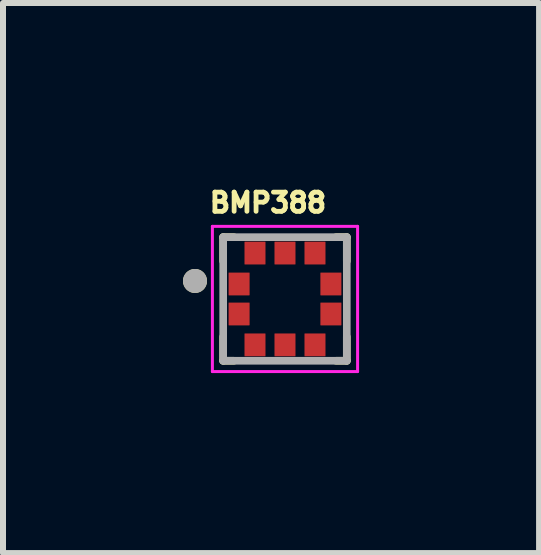
<source format=kicad_pcb>
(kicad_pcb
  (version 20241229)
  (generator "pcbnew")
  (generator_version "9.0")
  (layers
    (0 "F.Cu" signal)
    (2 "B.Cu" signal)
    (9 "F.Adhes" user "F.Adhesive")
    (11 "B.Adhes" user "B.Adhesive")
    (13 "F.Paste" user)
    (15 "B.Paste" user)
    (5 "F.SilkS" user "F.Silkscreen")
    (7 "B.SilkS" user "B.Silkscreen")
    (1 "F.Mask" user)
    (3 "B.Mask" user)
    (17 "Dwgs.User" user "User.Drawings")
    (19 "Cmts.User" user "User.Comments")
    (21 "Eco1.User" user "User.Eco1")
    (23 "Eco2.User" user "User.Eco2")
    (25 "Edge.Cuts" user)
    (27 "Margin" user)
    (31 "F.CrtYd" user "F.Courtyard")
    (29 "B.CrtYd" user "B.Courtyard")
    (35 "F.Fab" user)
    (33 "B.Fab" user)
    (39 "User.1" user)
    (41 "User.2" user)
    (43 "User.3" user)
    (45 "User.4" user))
  (footprint "BMP388"
    (layer "F.Cu")
    (at 1.7 1.933)
    (property "Reference" "BMP388" (at -0.284 -1.605 0) (layer "F.SilkS") (effects (font (size 0.32 0.32) (thickness 0.15))))
    (attr through_hole)
    (fp_line (start -1.03 -1.03) (end -0.85 -1.03) (stroke (width 0.127) (type solid)) (layer "F.SilkS"))
    (fp_line (start -1.03 -0.63) (end -1.03 -1.03) (stroke (width 0.127) (type solid)) (layer "F.SilkS"))
    (fp_line (start -1.03 1.03) (end -1.03 0.63) (stroke (width 0.127) (type solid)) (layer "F.SilkS"))
    (fp_line (start -0.85 1.03) (end -1.03 1.03) (stroke (width 0.127) (type solid)) (layer "F.SilkS"))
    (fp_line (start 0.85 -1.03) (end 1.03 -1.03) (stroke (width 0.127) (type solid)) (layer "F.SilkS"))
    (fp_line (start 0.85 1.03) (end 1.03 1.03) (stroke (width 0.127) (type solid)) (layer "F.SilkS"))
    (fp_line (start 1.03 -1.03) (end 1.03 -0.63) (stroke (width 0.127) (type solid)) (layer "F.SilkS"))
    (fp_line (start 1.03 1.03) (end 1.03 0.63) (stroke (width 0.127) (type solid)) (layer "F.SilkS"))
    (fp_circle (center -1.5 -0.3) (end -1.4 -0.3) (stroke (width 0.2) (type solid)) (fill no) (layer "F.SilkS"))
    (fp_line (start -1.21 -1.21) (end 1.21 -1.21) (stroke (width 0.05) (type solid)) (layer "F.CrtYd"))
    (fp_line (start -1.21 1.21) (end -1.21 -1.21) (stroke (width 0.05) (type solid)) (layer "F.CrtYd"))
    (fp_line (start 1.21 -1.21) (end 1.21 1.21) (stroke (width 0.05) (type solid)) (layer "F.CrtYd"))
    (fp_line (start 1.21 1.21) (end -1.21 1.21) (stroke (width 0.05) (type solid)) (layer "F.CrtYd"))
    (fp_line (start -1.03 -1.03) (end 1.03 -1.03) (stroke (width 0.127) (type solid)) (layer "F.Fab"))
    (fp_line (start -1.03 1.03) (end -1.03 -1.03) (stroke (width 0.127) (type solid)) (layer "F.Fab"))
    (fp_line (start 1.03 -1.03) (end 1.03 1.03) (stroke (width 0.127) (type solid)) (layer "F.Fab"))
    (fp_line (start 1.03 1.03) (end -1.03 1.03) (stroke (width 0.127) (type solid)) (layer "F.Fab"))
    (fp_circle (center -1.5 -0.3) (end -1.4 -0.3) (stroke (width 0.2) (type solid)) (fill no) (layer "F.Fab"))
    (pad "1" smd roundrect (at -0.765 -0.25 90) (size 0.38 0.35) (layers "F.Cu" "F.Mask" "F.Paste") (roundrect_rratio 0.02))
    (pad "2" smd roundrect (at -0.765 0.25 90) (size 0.38 0.35) (layers "F.Cu" "F.Mask" "F.Paste") (roundrect_rratio 0.02))
    (pad "3" smd roundrect (at -0.5 0.765 90) (size 0.38 0.35) (layers "F.Cu" "F.Mask" "F.Paste") (roundrect_rratio 0.02))
    (pad "4" smd roundrect (at 0 0.765 90) (size 0.38 0.35) (layers "F.Cu" "F.Mask" "F.Paste") (roundrect_rratio 0.02))
    (pad "5" smd roundrect (at 0.5 0.765 90) (size 0.38 0.35) (layers "F.Cu" "F.Mask" "F.Paste") (roundrect_rratio 0.02))
    (pad "6" smd roundrect (at 0.765 0.25 90) (size 0.38 0.35) (layers "F.Cu" "F.Mask" "F.Paste") (roundrect_rratio 0.02))
    (pad "7" smd roundrect (at 0.765 -0.25 90) (size 0.38 0.35) (layers "F.Cu" "F.Mask" "F.Paste") (roundrect_rratio 0.02))
    (pad "8" smd roundrect (at 0.5 -0.765 90) (size 0.38 0.35) (layers "F.Cu" "F.Mask" "F.Paste") (roundrect_rratio 0.02))
    (pad "9" smd roundrect (at 0 -0.765 90) (size 0.38 0.35) (layers "F.Cu" "F.Mask" "F.Paste") (roundrect_rratio 0.02))
    (pad "10" smd roundrect (at -0.5 -0.765 90) (size 0.38 0.35) (layers "F.Cu" "F.Mask" "F.Paste") (roundrect_rratio 0.02)))
  (gr_rect
    (start -3 -3)
    (end 5.935 6.168)
    (stroke (width 0.1) (type default))
    (fill no)
    (layer "Edge.Cuts")))
</source>
